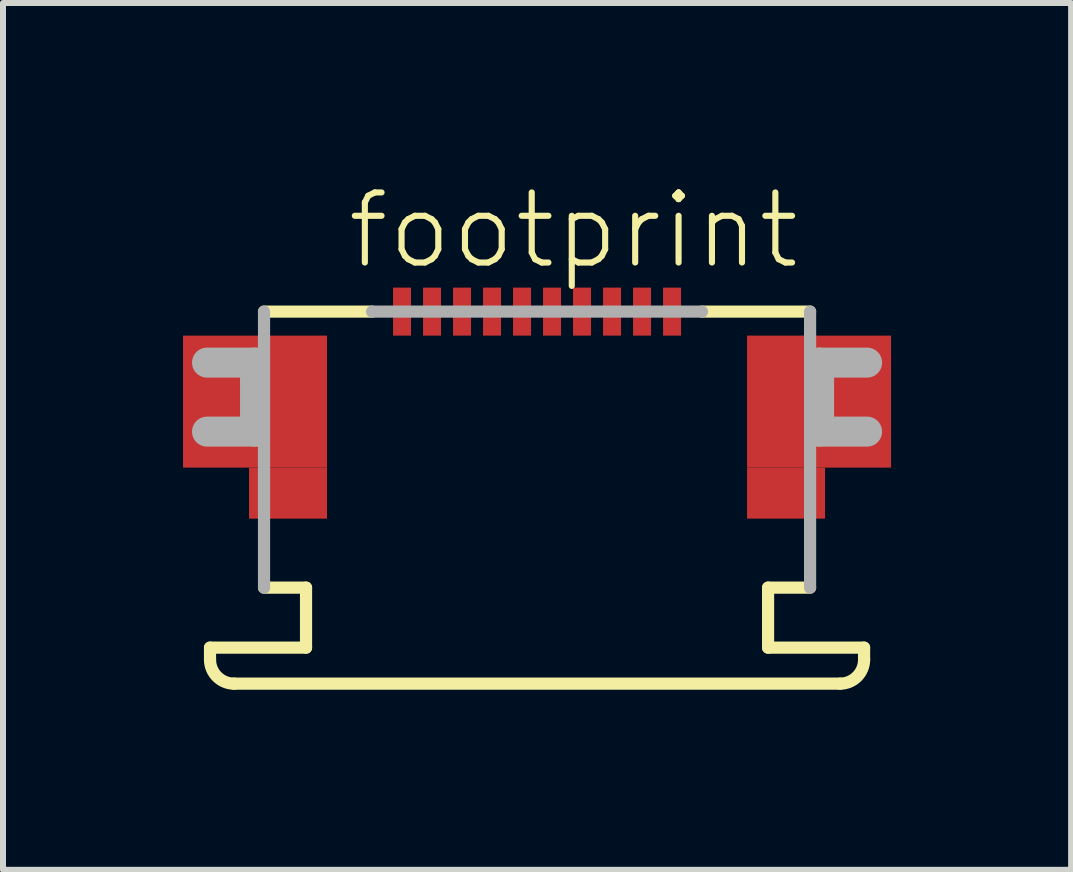
<source format=kicad_pcb>
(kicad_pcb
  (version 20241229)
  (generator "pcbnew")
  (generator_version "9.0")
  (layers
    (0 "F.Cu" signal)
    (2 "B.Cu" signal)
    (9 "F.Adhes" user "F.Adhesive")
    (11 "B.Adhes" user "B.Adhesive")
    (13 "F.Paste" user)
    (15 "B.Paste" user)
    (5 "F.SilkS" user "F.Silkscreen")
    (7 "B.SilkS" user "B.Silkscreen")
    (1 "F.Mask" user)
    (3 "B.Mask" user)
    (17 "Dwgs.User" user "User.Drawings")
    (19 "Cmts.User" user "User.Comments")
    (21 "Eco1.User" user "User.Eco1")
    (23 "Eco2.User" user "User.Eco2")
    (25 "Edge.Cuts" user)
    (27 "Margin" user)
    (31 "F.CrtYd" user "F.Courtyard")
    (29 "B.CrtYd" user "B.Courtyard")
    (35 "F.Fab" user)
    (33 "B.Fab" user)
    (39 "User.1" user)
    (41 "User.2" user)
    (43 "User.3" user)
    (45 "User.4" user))
  (footprint "footprint"
    (layer "F.Cu")
    (at 5.9 2.743)
    (property "Reference" "footprint" (at -3.215 -1.27 0) (layer "F.SilkS") (effects (font (size 1.168 1.168) (thickness 0.102)) (justify left bottom)))
    (fp_poly (pts (xy -5.9 2) (xy -3.5 2) (xy -3.5 -0.2) (xy -5.9 -0.2)) (stroke (width 0) (type solid)) (fill yes) (layer "F.Cu"))
    (fp_poly (pts (xy -4.8 2.85) (xy -3.5 2.85) (xy -3.5 2) (xy -4.8 2)) (stroke (width 0) (type solid)) (fill yes) (layer "F.Cu"))
    (fp_poly (pts (xy 3.5 2) (xy 5.9 2) (xy 5.9 -0.2) (xy 3.5 -0.2)) (stroke (width 0) (type solid)) (fill yes) (layer "F.Cu"))
    (fp_poly (pts (xy 3.5 2.85) (xy 4.8 2.85) (xy 4.8 2) (xy 3.5 2)) (stroke (width 0) (type solid)) (fill yes) (layer "F.Cu"))
    (fp_poly (pts (xy -5.9 2) (xy -3.5 2) (xy -3.5 -0.2) (xy -5.9 -0.2)) (stroke (width 0) (type solid)) (fill yes) (layer "F.Mask"))
    (fp_poly (pts (xy -4.8 2.85) (xy -3.5 2.85) (xy -3.5 2) (xy -4.8 2)) (stroke (width 0) (type solid)) (fill yes) (layer "F.Mask"))
    (fp_poly (pts (xy -2.425 -0.175) (xy -2.075 -0.175) (xy -2.075 -1.025) (xy -2.425 -1.025)) (stroke (width 0) (type solid)) (fill yes) (layer "F.Mask"))
    (fp_poly (pts (xy -1.925 -0.175) (xy -1.575 -0.175) (xy -1.575 -1.025) (xy -1.925 -1.025)) (stroke (width 0) (type solid)) (fill yes) (layer "F.Mask"))
    (fp_poly (pts (xy -1.425 -0.175) (xy -1.075 -0.175) (xy -1.075 -1.025) (xy -1.425 -1.025)) (stroke (width 0) (type solid)) (fill yes) (layer "F.Mask"))
    (fp_poly (pts (xy -0.925 -0.175) (xy -0.575 -0.175) (xy -0.575 -1.025) (xy -0.925 -1.025)) (stroke (width 0) (type solid)) (fill yes) (layer "F.Mask"))
    (fp_poly (pts (xy -0.425 -0.175) (xy -0.075 -0.175) (xy -0.075 -1.025) (xy -0.425 -1.025)) (stroke (width 0) (type solid)) (fill yes) (layer "F.Mask"))
    (fp_poly (pts (xy 0.075 -0.175) (xy 0.425 -0.175) (xy 0.425 -1.025) (xy 0.075 -1.025)) (stroke (width 0) (type solid)) (fill yes) (layer "F.Mask"))
    (fp_poly (pts (xy 0.575 -0.175) (xy 0.925 -0.175) (xy 0.925 -1.025) (xy 0.575 -1.025)) (stroke (width 0) (type solid)) (fill yes) (layer "F.Mask"))
    (fp_poly (pts (xy 1.075 -0.175) (xy 1.425 -0.175) (xy 1.425 -1.025) (xy 1.075 -1.025)) (stroke (width 0) (type solid)) (fill yes) (layer "F.Mask"))
    (fp_poly (pts (xy 1.575 -0.175) (xy 1.925 -0.175) (xy 1.925 -1.025) (xy 1.575 -1.025)) (stroke (width 0) (type solid)) (fill yes) (layer "F.Mask"))
    (fp_poly (pts (xy 2.075 -0.175) (xy 2.425 -0.175) (xy 2.425 -1.025) (xy 2.075 -1.025)) (stroke (width 0) (type solid)) (fill yes) (layer "F.Mask"))
    (fp_poly (pts (xy 3.5 2) (xy 5.9 2) (xy 5.9 -0.2) (xy 3.5 -0.2)) (stroke (width 0) (type solid)) (fill yes) (layer "F.Mask"))
    (fp_poly (pts (xy 3.5 2.85) (xy 4.8 2.85) (xy 4.8 2) (xy 3.5 2)) (stroke (width 0) (type solid)) (fill yes) (layer "F.Mask"))
    (fp_line (start -5.45 5) (end -3.85 5) (stroke (width 0.203) (type solid)) (layer "F.SilkS"))
    (fp_line (start -5.45 5.2) (end -5.45 5) (stroke (width 0.203) (type solid)) (layer "F.SilkS"))
    (fp_line (start -4.55 -0.6) (end -2.75 -0.6) (stroke (width 0.203) (type solid)) (layer "F.SilkS"))
    (fp_line (start -3.85 4) (end -4.55 4) (stroke (width 0.203) (type solid)) (layer "F.SilkS"))
    (fp_line (start -3.85 5) (end -3.85 4) (stroke (width 0.203) (type solid)) (layer "F.SilkS"))
    (fp_line (start 2.75 -0.6) (end 4.55 -0.6) (stroke (width 0.203) (type solid)) (layer "F.SilkS"))
    (fp_line (start 3.85 4) (end 3.85 5) (stroke (width 0.203) (type solid)) (layer "F.SilkS"))
    (fp_line (start 3.85 5) (end 5.45 5) (stroke (width 0.203) (type solid)) (layer "F.SilkS"))
    (fp_line (start 4.55 4) (end 3.85 4) (stroke (width 0.203) (type solid)) (layer "F.SilkS"))
    (fp_line (start 5.05 5.6) (end -5.05 5.6) (stroke (width 0.203) (type solid)) (layer "F.SilkS"))
    (fp_line (start 5.45 5) (end 5.45 5.2) (stroke (width 0.203) (type solid)) (layer "F.SilkS"))
    (fp_arc (start -5.05 5.6) (mid -5.332843 5.482843) (end -5.45 5.2) (stroke (width 0.2032) (type solid)) (layer "F.SilkS"))
    (fp_arc (start 5.45 5.2) (mid 5.332843 5.482843) (end 5.05 5.6) (stroke (width 0.2032) (type solid)) (layer "F.SilkS"))
    (fp_poly (pts (xy -5.775 1.9) (xy -3.6 1.9) (xy -3.6 -0.075) (xy -5.775 -0.075)) (stroke (width 0) (type solid)) (fill yes) (layer "F.Paste"))
    (fp_poly (pts (xy -4.7 2.75) (xy -3.6 2.75) (xy -3.6 1.9) (xy -4.7 1.9)) (stroke (width 0) (type solid)) (fill yes) (layer "F.Paste"))
    (fp_poly (pts (xy 3.6 1.9) (xy 5.775 1.9) (xy 5.775 -0.075) (xy 3.6 -0.075)) (stroke (width 0) (type solid)) (fill yes) (layer "F.Paste"))
    (fp_poly (pts (xy 3.6 2.75) (xy 4.7 2.75) (xy 4.7 1.9) (xy 3.6 1.9)) (stroke (width 0) (type solid)) (fill yes) (layer "F.Paste"))
    (fp_line (start -5.5 0.25) (end -4.7 0.25) (stroke (width 0.5) (type solid)) (layer "F.Fab"))
    (fp_line (start -4.7 0.25) (end -4.7 1.4) (stroke (width 0.5) (type solid)) (layer "F.Fab"))
    (fp_line (start -4.7 1.4) (end -5.5 1.4) (stroke (width 0.5) (type solid)) (layer "F.Fab"))
    (fp_line (start -4.55 4) (end -4.55 -0.6) (stroke (width 0.203) (type solid)) (layer "F.Fab"))
    (fp_line (start -2.75 -0.6) (end 2.75 -0.6) (stroke (width 0.203) (type solid)) (layer "F.Fab"))
    (fp_line (start 4.55 -0.6) (end 4.55 4) (stroke (width 0.203) (type solid)) (layer "F.Fab"))
    (fp_line (start 4.7 0.25) (end 5.5 0.25) (stroke (width 0.5) (type solid)) (layer "F.Fab"))
    (fp_line (start 4.7 1.4) (end 4.7 0.25) (stroke (width 0.5) (type solid)) (layer "F.Fab"))
    (fp_line (start 5.5 1.4) (end 4.7 1.4) (stroke (width 0.5) (type solid)) (layer "F.Fab"))
    (pad "1" smd rect (at -2.25 -0.6) (size 0.3 0.8) (layers "F.Cu" "F.Paste"))
    (pad "2" smd rect (at -1.75 -0.6) (size 0.3 0.8) (layers "F.Cu" "F.Paste"))
    (pad "3" smd rect (at -1.25 -0.6) (size 0.3 0.8) (layers "F.Cu" "F.Paste"))
    (pad "4" smd rect (at -0.75 -0.6) (size 0.3 0.8) (layers "F.Cu" "F.Paste"))
    (pad "5" smd rect (at -0.25 -0.6) (size 0.3 0.8) (layers "F.Cu" "F.Paste"))
    (pad "6" smd rect (at 0.25 -0.6) (size 0.3 0.8) (layers "F.Cu" "F.Paste"))
    (pad "7" smd rect (at 0.75 -0.6) (size 0.3 0.8) (layers "F.Cu" "F.Paste"))
    (pad "8" smd rect (at 1.25 -0.6) (size 0.3 0.8) (layers "F.Cu" "F.Paste"))
    (pad "9" smd rect (at 1.75 -0.6) (size 0.3 0.8) (layers "F.Cu" "F.Paste"))
    (pad "10" smd rect (at 2.25 -0.6) (size 0.3 0.8) (layers "F.Cu" "F.Paste")))
  (gr_rect
    (start -3 -3)
    (end 14.8 11.445)
    (stroke (width 0.1) (type default))
    (fill no)
    (layer "Edge.Cuts")))
</source>
